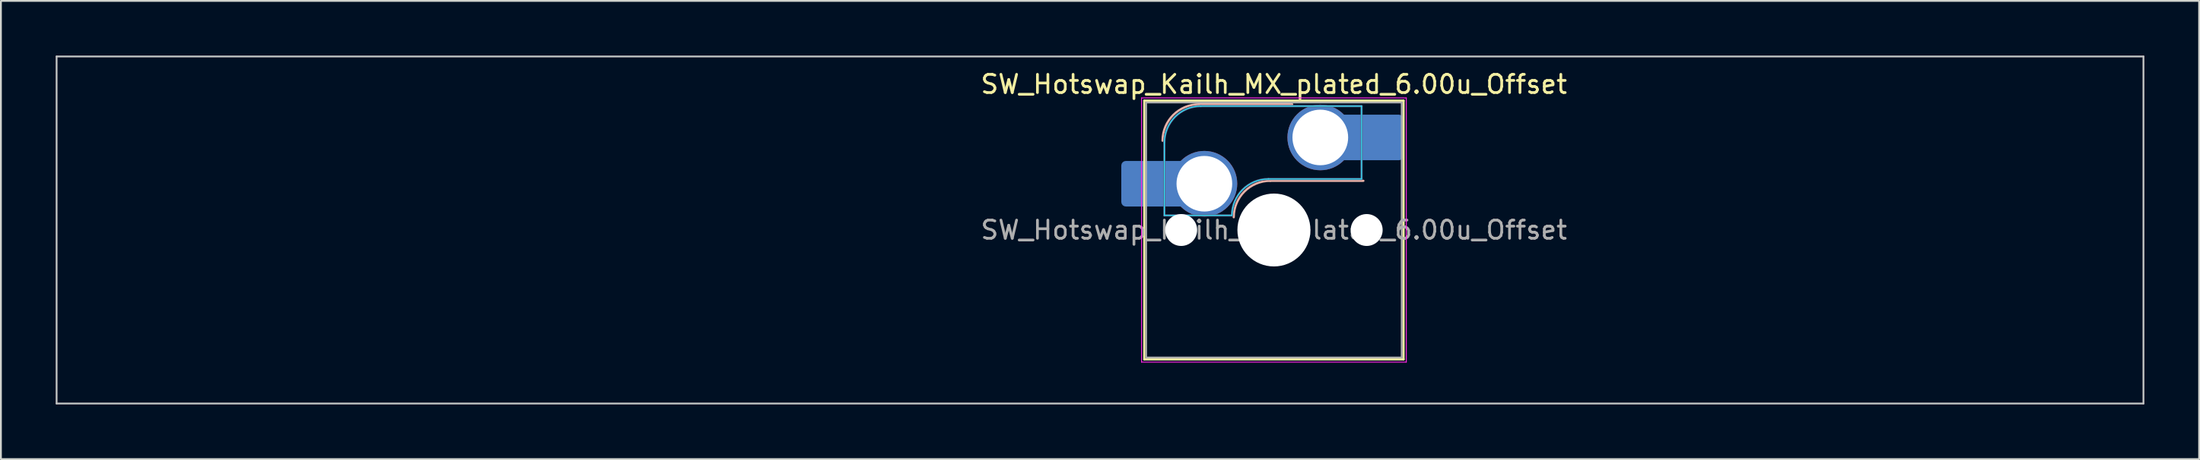
<source format=kicad_pcb>
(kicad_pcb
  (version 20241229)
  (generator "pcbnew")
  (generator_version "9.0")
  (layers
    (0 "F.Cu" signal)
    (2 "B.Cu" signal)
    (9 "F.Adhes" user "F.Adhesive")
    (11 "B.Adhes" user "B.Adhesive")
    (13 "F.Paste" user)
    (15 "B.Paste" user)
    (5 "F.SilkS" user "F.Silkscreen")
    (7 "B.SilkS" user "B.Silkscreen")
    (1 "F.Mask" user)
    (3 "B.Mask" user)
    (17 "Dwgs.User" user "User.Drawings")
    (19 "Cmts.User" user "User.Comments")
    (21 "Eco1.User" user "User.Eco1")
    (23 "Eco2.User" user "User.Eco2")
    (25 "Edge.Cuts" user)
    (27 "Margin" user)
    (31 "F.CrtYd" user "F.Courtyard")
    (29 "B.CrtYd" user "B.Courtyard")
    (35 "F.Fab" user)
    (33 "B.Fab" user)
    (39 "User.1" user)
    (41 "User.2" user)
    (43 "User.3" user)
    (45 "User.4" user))
  (footprint "SW_Hotswap_Kailh_MX_plated_6.00u_Offset"
    (layer "F.Cu")
    (at 66.725 9.575)
    (property "Reference" "SW_Hotswap_Kailh_MX_plated_6.00u_Offset" (at 0 -8 0) (layer "F.SilkS") (effects (font (size 1 1) (thickness 0.15))))
    (attr smd)
    (fp_line (start -7.1 -7.1) (end -7.1 7.1) (stroke (width 0.12) (type solid)) (layer "F.SilkS"))
    (fp_line (start -7.1 7.1) (end 7.1 7.1) (stroke (width 0.12) (type solid)) (layer "F.SilkS"))
    (fp_line (start 7.1 -7.1) (end -7.1 -7.1) (stroke (width 0.12) (type solid)) (layer "F.SilkS"))
    (fp_line (start 7.1 7.1) (end 7.1 -7.1) (stroke (width 0.12) (type solid)) (layer "F.SilkS"))
    (fp_line (start -4.1 -6.9) (end 1 -6.9) (stroke (width 0.12) (type solid)) (layer "B.SilkS"))
    (fp_line (start -0.2 -2.7) (end 4.9 -2.7) (stroke (width 0.12) (type solid)) (layer "B.SilkS"))
    (fp_arc (start -6.1 -4.9) (mid -5.514214 -6.314214) (end -4.1 -6.9) (stroke (width 0.12) (type solid)) (layer "B.SilkS"))
    (fp_arc (start -2.2 -0.7) (mid -1.614214 -2.114214) (end -0.2 -2.7) (stroke (width 0.12) (type solid)) (layer "B.SilkS"))
    (fp_line (start -66.675 -9.525) (end -66.675 9.525) (stroke (width 0.1) (type solid)) (layer "Dwgs.User"))
    (fp_line (start -66.675 9.525) (end 47.625 9.525) (stroke (width 0.1) (type solid)) (layer "Dwgs.User"))
    (fp_line (start 47.625 -9.525) (end -66.675 -9.525) (stroke (width 0.1) (type solid)) (layer "Dwgs.User"))
    (fp_line (start 47.625 9.525) (end 47.625 -9.525) (stroke (width 0.1) (type solid)) (layer "Dwgs.User"))
    (fp_line (start -7.8 -6) (end -7 -6) (stroke (width 0.1) (type solid)) (layer "Eco1.User"))
    (fp_line (start -7.8 -2.9) (end -7.8 -6) (stroke (width 0.1) (type solid)) (layer "Eco1.User"))
    (fp_line (start -7.8 2.9) (end -7 2.9) (stroke (width 0.1) (type solid)) (layer "Eco1.User"))
    (fp_line (start -7.8 6) (end -7.8 2.9) (stroke (width 0.1) (type solid)) (layer "Eco1.User"))
    (fp_line (start -7 -7) (end 7 -7) (stroke (width 0.1) (type solid)) (layer "Eco1.User"))
    (fp_line (start -7 -6) (end -7 -7) (stroke (width 0.1) (type solid)) (layer "Eco1.User"))
    (fp_line (start -7 -2.9) (end -7.8 -2.9) (stroke (width 0.1) (type solid)) (layer "Eco1.User"))
    (fp_line (start -7 2.9) (end -7 -2.9) (stroke (width 0.1) (type solid)) (layer "Eco1.User"))
    (fp_line (start -7 6) (end -7.8 6) (stroke (width 0.1) (type solid)) (layer "Eco1.User"))
    (fp_line (start -7 7) (end -7 6) (stroke (width 0.1) (type solid)) (layer "Eco1.User"))
    (fp_line (start 7 -7) (end 7 -6) (stroke (width 0.1) (type solid)) (layer "Eco1.User"))
    (fp_line (start 7 -6) (end 7.8 -6) (stroke (width 0.1) (type solid)) (layer "Eco1.User"))
    (fp_line (start 7 -2.9) (end 7 2.9) (stroke (width 0.1) (type solid)) (layer "Eco1.User"))
    (fp_line (start 7 2.9) (end 7.8 2.9) (stroke (width 0.1) (type solid)) (layer "Eco1.User"))
    (fp_line (start 7 6) (end 7 7) (stroke (width 0.1) (type solid)) (layer "Eco1.User"))
    (fp_line (start 7 7) (end -7 7) (stroke (width 0.1) (type solid)) (layer "Eco1.User"))
    (fp_line (start 7.8 -6) (end 7.8 -2.9) (stroke (width 0.1) (type solid)) (layer "Eco1.User"))
    (fp_line (start 7.8 -2.9) (end 7 -2.9) (stroke (width 0.1) (type solid)) (layer "Eco1.User"))
    (fp_line (start 7.8 2.9) (end 7.8 6) (stroke (width 0.1) (type solid)) (layer "Eco1.User"))
    (fp_line (start 7.8 6) (end 7 6) (stroke (width 0.1) (type solid)) (layer "Eco1.User"))
    (fp_line (start -6 -0.8) (end -6 -4.8) (stroke (width 0.05) (type solid)) (layer "B.CrtYd"))
    (fp_line (start -6 -0.8) (end -2.3 -0.8) (stroke (width 0.05) (type solid)) (layer "B.CrtYd"))
    (fp_line (start -4 -6.8) (end 4.8 -6.8) (stroke (width 0.05) (type solid)) (layer "B.CrtYd"))
    (fp_line (start -0.3 -2.8) (end 4.8 -2.8) (stroke (width 0.05) (type solid)) (layer "B.CrtYd"))
    (fp_line (start 4.8 -6.8) (end 4.8 -2.8) (stroke (width 0.05) (type solid)) (layer "B.CrtYd"))
    (fp_arc (start -6 -4.8) (mid -5.414214 -6.214214) (end -4 -6.8) (stroke (width 0.05) (type solid)) (layer "B.CrtYd"))
    (fp_arc (start -2.3 -0.8) (mid -1.714214 -2.214214) (end -0.3 -2.8) (stroke (width 0.05) (type solid)) (layer "B.CrtYd"))
    (fp_line (start -7.25 -7.25) (end -7.25 7.25) (stroke (width 0.05) (type solid)) (layer "F.CrtYd"))
    (fp_line (start -7.25 7.25) (end 7.25 7.25) (stroke (width 0.05) (type solid)) (layer "F.CrtYd"))
    (fp_line (start 7.25 -7.25) (end -7.25 -7.25) (stroke (width 0.05) (type solid)) (layer "F.CrtYd"))
    (fp_line (start 7.25 7.25) (end 7.25 -7.25) (stroke (width 0.05) (type solid)) (layer "F.CrtYd"))
    (fp_line (start -6 -0.8) (end -6 -4.8) (stroke (width 0.12) (type solid)) (layer "B.Fab"))
    (fp_line (start -6 -0.8) (end -2.3 -0.8) (stroke (width 0.12) (type solid)) (layer "B.Fab"))
    (fp_line (start -4 -6.8) (end 4.8 -6.8) (stroke (width 0.12) (type solid)) (layer "B.Fab"))
    (fp_line (start -0.3 -2.8) (end 4.8 -2.8) (stroke (width 0.12) (type solid)) (layer "B.Fab"))
    (fp_line (start 4.8 -6.8) (end 4.8 -2.8) (stroke (width 0.12) (type solid)) (layer "B.Fab"))
    (fp_arc (start -6 -4.8) (mid -5.414214 -6.214214) (end -4 -6.8) (stroke (width 0.12) (type solid)) (layer "B.Fab"))
    (fp_arc (start -2.3 -0.8) (mid -1.714214 -2.214214) (end -0.3 -2.8) (stroke (width 0.12) (type solid)) (layer "B.Fab"))
    (fp_line (start -7 -7) (end -7 7) (stroke (width 0.1) (type solid)) (layer "F.Fab"))
    (fp_line (start -7 7) (end 7 7) (stroke (width 0.1) (type solid)) (layer "F.Fab"))
    (fp_line (start 7 -7) (end -7 -7) (stroke (width 0.1) (type solid)) (layer "F.Fab"))
    (fp_line (start 7 7) (end 7 -7) (stroke (width 0.1) (type solid)) (layer "F.Fab"))
    (fp_text user "${REFERENCE}" (at 0 0 0) (layer "F.Fab") (effects (font (size 1 1) (thickness 0.15))))
    (pad "" smd roundrect (at -7.085 -2.54) (size 2.55 2.5) (layers "B.Mask" "B.Paste") (roundrect_rratio 0.1))
    (pad "" np_thru_hole circle (at -5.08 0) (size 1.75 1.75) (drill 1.75) (layers "*.Cu" "*.Mask"))
    (pad "" smd circle (at -3.81 -2.54) (size 3.1 3.1) (layers "F.Mask"))
    (pad "" np_thru_hole circle (at 0 0) (size 4 4) (drill 4) (layers "*.Cu" "*.Mask"))
    (pad "" smd circle (at 2.54 -5.08) (size 3.1 3.1) (layers "F.Mask"))
    (pad "" np_thru_hole circle (at 5.08 0) (size 1.75 1.75) (drill 1.75) (layers "*.Cu" "*.Mask"))
    (pad "" smd roundrect (at 5.842 -5.08) (size 2.55 2.5) (layers "B.Mask" "B.Paste") (roundrect_rratio 0.1))
    (pad "1" smd roundrect (at -6.585 -2.54) (size 3.55 2.5) (layers "B.Cu") (roundrect_rratio 0.1))
    (pad "1" thru_hole circle (at -3.81 -2.54) (size 3.6 3.6) (drill 3.05) (layers "*.Cu" "B.Mask"))
    (pad "2" thru_hole circle (at 2.54 -5.08) (size 3.6 3.6) (drill 3.05) (layers "*.Cu" "B.Mask"))
    (pad "2" smd roundrect (at 5.32 -5.08) (size 3.55 2.5) (layers "B.Cu") (roundrect_rratio 0.1)))
  (gr_rect
    (start -3 -3)
    (end 117.4 22.15)
    (stroke (width 0.1) (type default))
    (fill no)
    (layer "Edge.Cuts")))
</source>
